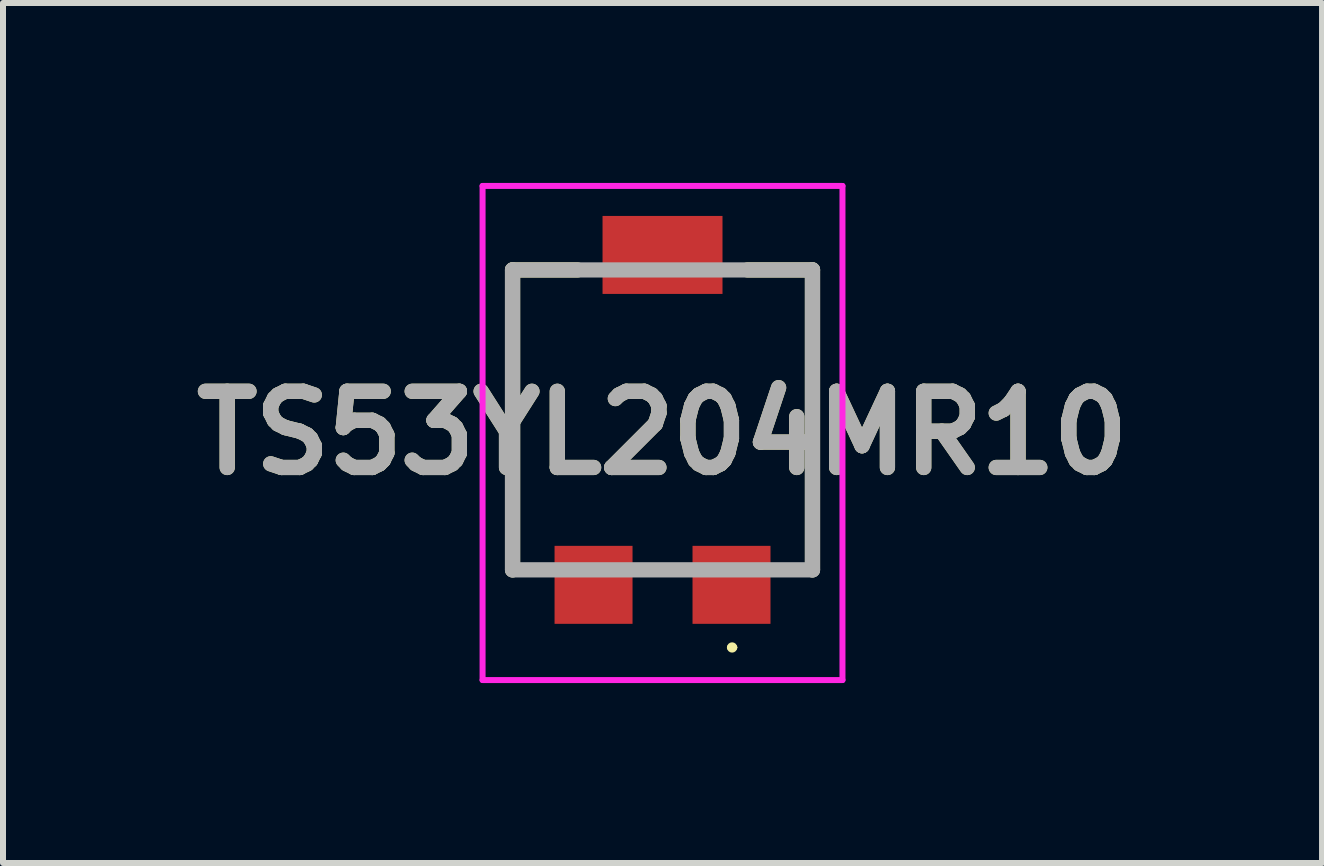
<source format=kicad_pcb>
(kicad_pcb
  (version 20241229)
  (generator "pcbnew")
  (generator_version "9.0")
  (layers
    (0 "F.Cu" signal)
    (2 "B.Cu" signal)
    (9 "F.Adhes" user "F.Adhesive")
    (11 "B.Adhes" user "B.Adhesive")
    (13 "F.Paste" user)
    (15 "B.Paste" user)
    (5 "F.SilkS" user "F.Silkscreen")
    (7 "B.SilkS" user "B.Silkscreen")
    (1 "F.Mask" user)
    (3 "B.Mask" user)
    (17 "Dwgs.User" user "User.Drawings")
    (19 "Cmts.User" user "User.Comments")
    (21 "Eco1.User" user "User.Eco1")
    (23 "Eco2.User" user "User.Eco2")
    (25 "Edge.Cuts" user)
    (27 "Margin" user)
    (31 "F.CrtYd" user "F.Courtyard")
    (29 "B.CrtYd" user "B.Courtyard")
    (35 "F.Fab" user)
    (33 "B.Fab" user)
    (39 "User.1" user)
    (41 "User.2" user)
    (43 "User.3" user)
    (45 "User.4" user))
  (footprint "TS53YL204MR10"
    (layer "F.Cu")
    (at 7.995 3.95)
    (property "Reference" "TS53YL204MR10" (at 0 0.219 0) (layer "F.SilkS") (effects (font (size 1.27 1.27) (thickness 0.254))))
    (attr smd)
    (fp_line (start -2.5 -2.5) (end -1.418 -2.5) (stroke (width 0.254) (type solid)) (layer "F.SilkS"))
    (fp_line (start -2.5 2.5) (end -2.5 -2.5) (stroke (width 0.254) (type solid)) (layer "F.SilkS"))
    (fp_line (start 1.117 3.794) (end 1.117 3.794) (stroke (width 0.086) (type solid)) (layer "F.SilkS"))
    (fp_line (start 1.203 3.794) (end 1.203 3.794) (stroke (width 0.086) (type solid)) (layer "F.SilkS"))
    (fp_line (start 2.5 -2.5) (end 1.418 -2.5) (stroke (width 0.254) (type solid)) (layer "F.SilkS"))
    (fp_line (start 2.5 -2.5) (end 2.5 2.5) (stroke (width 0.254) (type solid)) (layer "F.SilkS"))
    (fp_arc (start 1.117 3.794) (mid 1.16 3.751) (end 1.203 3.794) (stroke (width 0.08614) (type solid)) (layer "F.SilkS"))
    (fp_arc (start 1.203 3.794) (mid 1.16 3.837) (end 1.117 3.794) (stroke (width 0.08614) (type solid)) (layer "F.SilkS"))
    (fp_line (start -3 -3.9) (end 3 -3.9) (stroke (width 0.1) (type solid)) (layer "F.CrtYd"))
    (fp_line (start -3 4.337) (end -3 -3.9) (stroke (width 0.1) (type solid)) (layer "F.CrtYd"))
    (fp_line (start 3 -3.9) (end 3 4.337) (stroke (width 0.1) (type solid)) (layer "F.CrtYd"))
    (fp_line (start 3 4.337) (end -3 4.337) (stroke (width 0.1) (type solid)) (layer "F.CrtYd"))
    (fp_line (start -2.5 -2.5) (end 2.5 -2.5) (stroke (width 0.254) (type solid)) (layer "F.Fab"))
    (fp_line (start -2.5 2.5) (end -2.5 -2.5) (stroke (width 0.254) (type solid)) (layer "F.Fab"))
    (fp_line (start 2.5 -2.5) (end 2.5 2.5) (stroke (width 0.254) (type solid)) (layer "F.Fab"))
    (fp_line (start 2.5 2.5) (end -2.5 2.5) (stroke (width 0.254) (type solid)) (layer "F.Fab"))
    (fp_text user "${REFERENCE}" (at 0 0.219 0) (layer "F.Fab") (effects (font (size 1.27 1.27) (thickness 0.254))))
    (pad "A1" smd rect (at 1.15 2.75 90) (size 1.3 1.3) (layers "F.Cu" "F.Mask" "F.Paste"))
    (pad "B1" smd rect (at 0 -2.75 90) (size 1.3 2) (layers "F.Cu" "F.Mask" "F.Paste"))
    (pad "C1" smd rect (at -1.15 2.75 90) (size 1.3 1.3) (layers "F.Cu" "F.Mask" "F.Paste")))
  (gr_rect
    (start -3 -3)
    (end 18.99 11.337)
    (stroke (width 0.1) (type default))
    (fill no)
    (layer "Edge.Cuts")))
</source>
